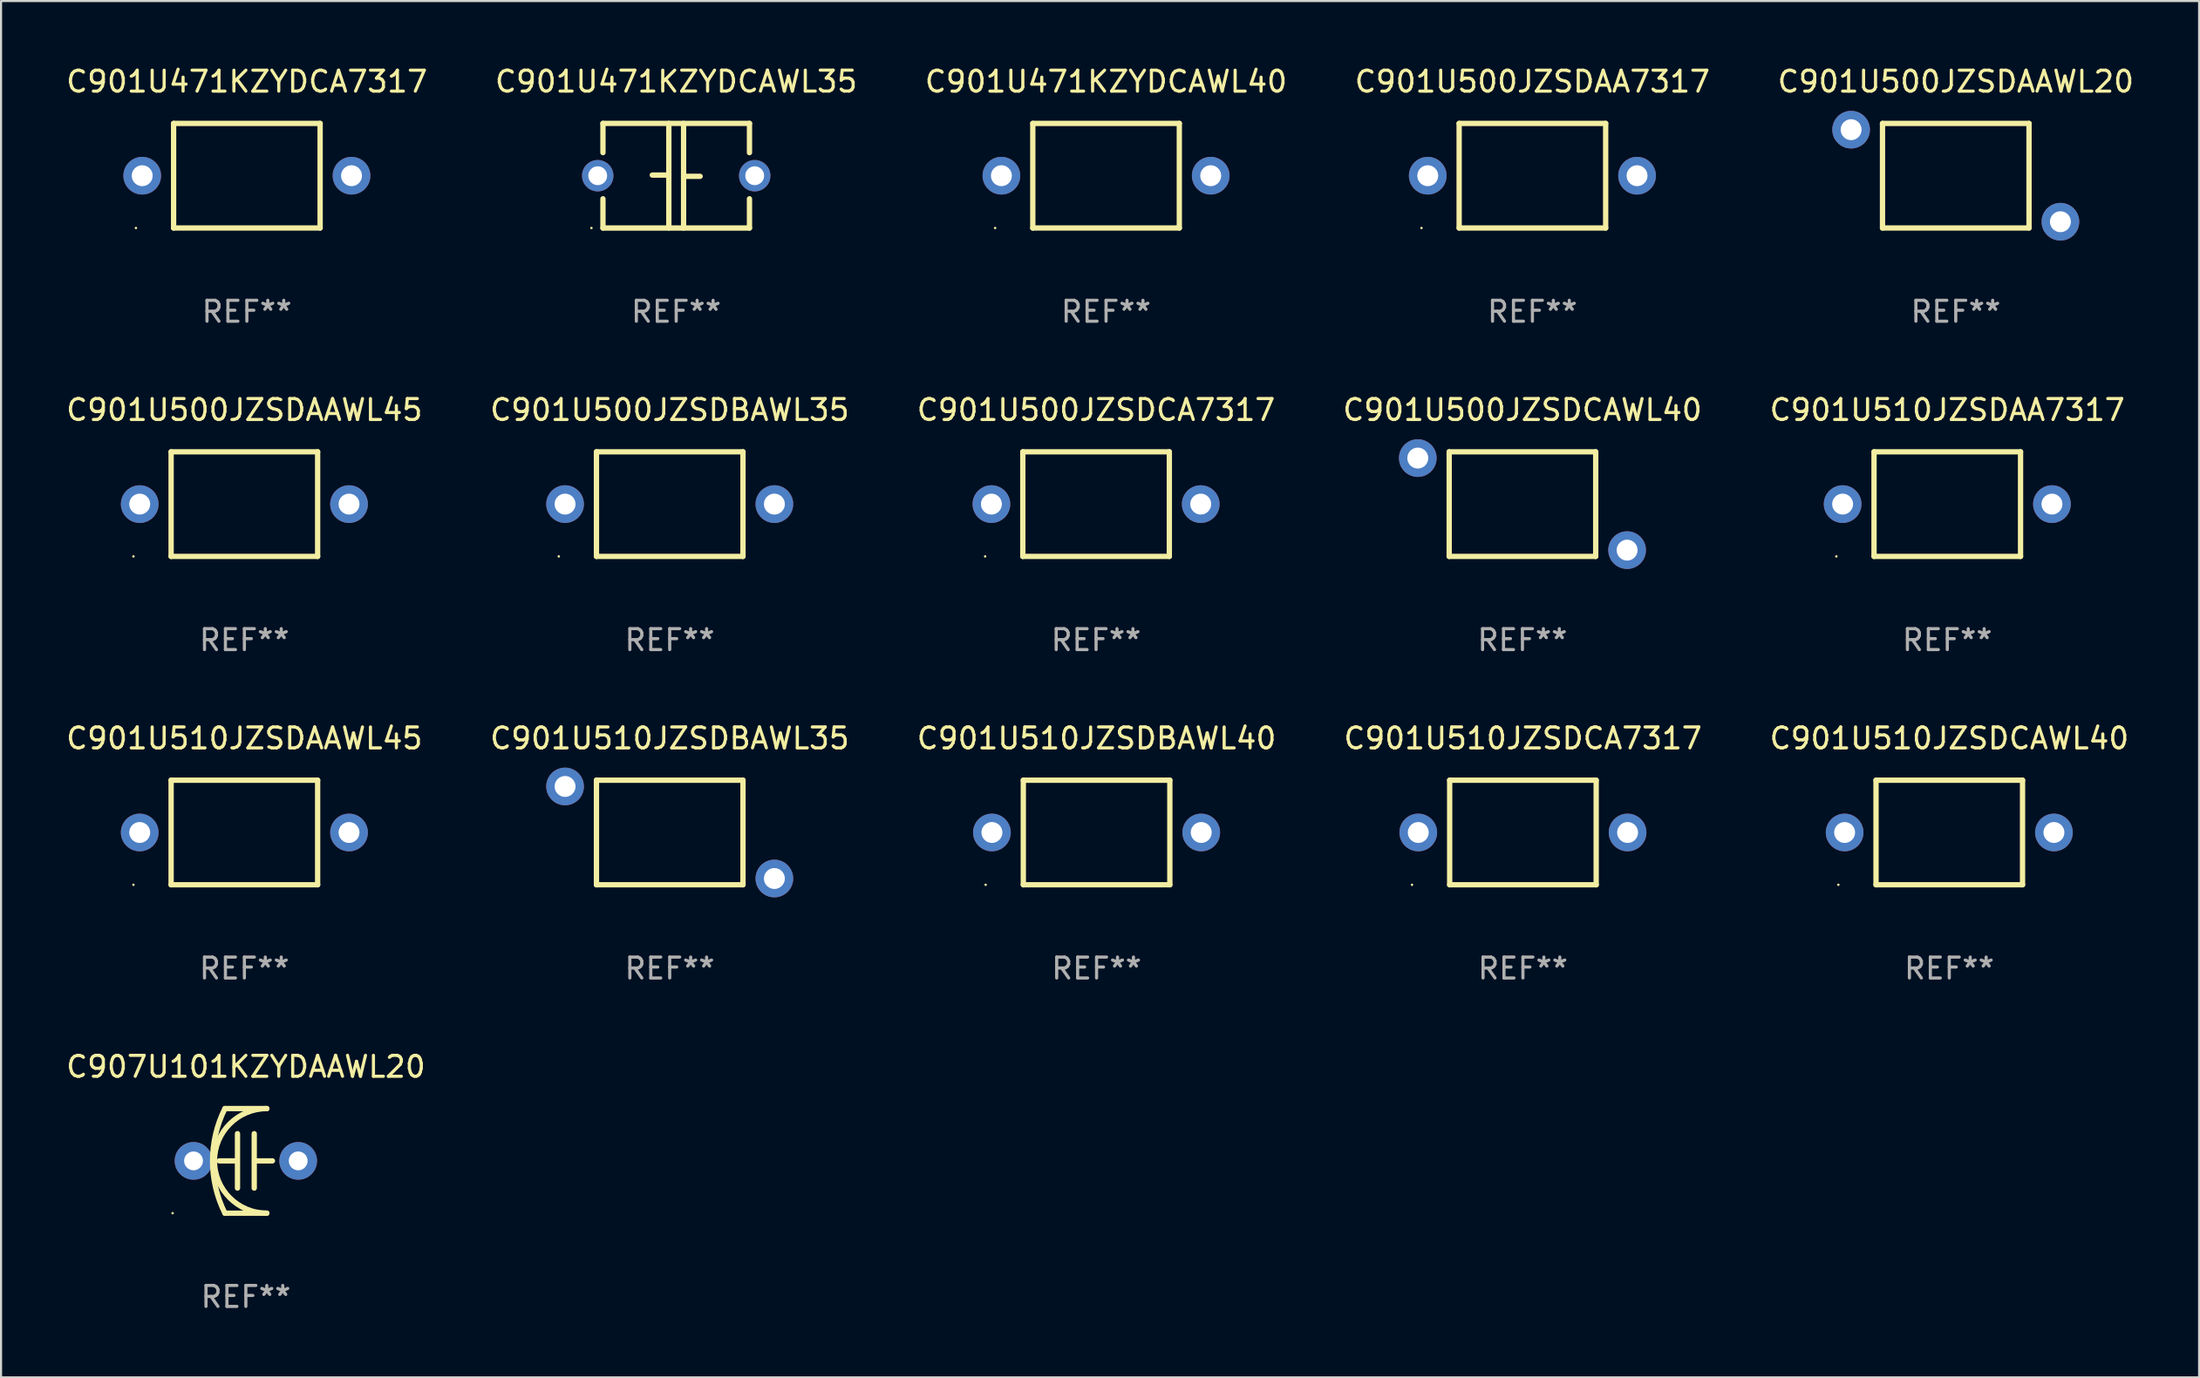
<source format=kicad_pcb>
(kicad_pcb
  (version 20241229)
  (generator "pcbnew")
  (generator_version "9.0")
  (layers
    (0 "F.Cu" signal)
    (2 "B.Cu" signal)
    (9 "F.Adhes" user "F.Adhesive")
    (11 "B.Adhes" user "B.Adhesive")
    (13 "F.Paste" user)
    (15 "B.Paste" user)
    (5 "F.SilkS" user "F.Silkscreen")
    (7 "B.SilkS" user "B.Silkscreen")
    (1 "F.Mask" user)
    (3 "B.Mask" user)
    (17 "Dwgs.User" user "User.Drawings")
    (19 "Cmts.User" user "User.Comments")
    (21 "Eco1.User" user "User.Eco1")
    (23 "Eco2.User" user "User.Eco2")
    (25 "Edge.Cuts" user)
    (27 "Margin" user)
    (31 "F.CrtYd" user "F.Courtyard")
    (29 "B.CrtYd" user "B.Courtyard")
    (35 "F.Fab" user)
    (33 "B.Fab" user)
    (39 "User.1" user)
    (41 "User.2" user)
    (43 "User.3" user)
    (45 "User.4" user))
  (footprint "C901U471KZYDCAWL35"
    (layer "F.Cu")
    (at 29.256 5.348)
    (property "Reference" "C901U471KZYDCAWL35" (at 0 -4.5 0) (layer "F.SilkS") (effects (font (size 1 1) (thickness 0.15))))
    (attr through_hole)
    (fp_line (start -3.5 -2.5) (end -3.5 -1.103) (stroke (width 0.254) (type solid)) (layer "F.SilkS"))
    (fp_line (start -3.5 -2.5) (end 3.5 -2.5) (stroke (width 0.254) (type solid)) (layer "F.SilkS"))
    (fp_line (start -3.5 1.103) (end -3.5 2.5) (stroke (width 0.254) (type solid)) (layer "F.SilkS"))
    (fp_line (start -0.352 -0.03) (end -1.143 -0.03) (stroke (width 0.254) (type solid)) (layer "F.SilkS"))
    (fp_line (start -0.352 2.5) (end -0.352 -2.5) (stroke (width 0.254) (type solid)) (layer "F.SilkS"))
    (fp_line (start 0.352 -2.5) (end 0.352 2.5) (stroke (width 0.254) (type solid)) (layer "F.SilkS"))
    (fp_line (start 0.352 0.03) (end 1.143 0.03) (stroke (width 0.254) (type solid)) (layer "F.SilkS"))
    (fp_line (start 3.5 -2.5) (end 3.5 -1.103) (stroke (width 0.254) (type solid)) (layer "F.SilkS"))
    (fp_line (start 3.5 1.103) (end 3.5 2.5) (stroke (width 0.254) (type solid)) (layer "F.SilkS"))
    (fp_line (start 3.5 2.5) (end -3.5 2.5) (stroke (width 0.254) (type solid)) (layer "F.SilkS"))
    (fp_circle (center -4.05 2.5) (end -4.02 2.5) (stroke (width 0.06) (type solid)) (fill no) (layer "F.SilkS"))
    (fp_text user "REF**" (at 0 6.5 0) (layer "F.Fab") (effects (font (size 1 1) (thickness 0.15))))
    (pad "1" thru_hole circle (at -3.75 0) (size 1.5 1.5) (drill 0.9) (layers "*.Cu" "*.Mask"))
    (pad "2" thru_hole circle (at 3.75 0) (size 1.5 1.5) (drill 0.9) (layers "*.Cu" "*.Mask")))
  (footprint "C901U510JZSDCAWL40"
    (layer "F.Cu")
    (at 90.077 36.739)
    (property "Reference" "C901U510JZSDCAWL40" (at 0 -4.499 0) (layer "F.SilkS") (effects (font (size 1 1) (thickness 0.15))))
    (attr through_hole)
    (fp_line (start -3.5 -2.499) (end 3.5 -2.499) (stroke (width 0.254) (type solid)) (layer "F.SilkS"))
    (fp_line (start -3.5 2.499) (end -3.5 -2.499) (stroke (width 0.254) (type solid)) (layer "F.SilkS"))
    (fp_line (start 3.5 -2.499) (end 3.5 2.499) (stroke (width 0.254) (type solid)) (layer "F.SilkS"))
    (fp_line (start 3.5 2.499) (end -3.5 2.499) (stroke (width 0.254) (type solid)) (layer "F.SilkS"))
    (fp_circle (center -5.3 2.5) (end -5.27 2.5) (stroke (width 0.06) (type solid)) (fill no) (layer "F.SilkS"))
    (fp_text user "REF**" (at 0 6.499 0) (layer "F.Fab") (effects (font (size 1 1) (thickness 0.15))))
    (pad "1" thru_hole circle (at -5 0) (size 1.8 1.8) (drill 1) (layers "*.Cu" "*.Mask"))
    (pad "2" thru_hole circle (at 5 0) (size 1.8 1.8) (drill 1) (layers "*.Cu" "*.Mask")))
  (footprint "C901U471KZYDCAWL40"
    (layer "F.Cu")
    (at 49.792 5.348)
    (property "Reference" "C901U471KZYDCAWL40" (at 0 -4.499 0) (layer "F.SilkS") (effects (font (size 1 1) (thickness 0.15))))
    (attr through_hole)
    (fp_line (start -3.5 -2.499) (end 3.5 -2.499) (stroke (width 0.254) (type solid)) (layer "F.SilkS"))
    (fp_line (start -3.5 2.499) (end -3.5 -2.499) (stroke (width 0.254) (type solid)) (layer "F.SilkS"))
    (fp_line (start 3.5 -2.499) (end 3.5 2.499) (stroke (width 0.254) (type solid)) (layer "F.SilkS"))
    (fp_line (start 3.5 2.499) (end -3.5 2.499) (stroke (width 0.254) (type solid)) (layer "F.SilkS"))
    (fp_circle (center -5.3 2.5) (end -5.27 2.5) (stroke (width 0.06) (type solid)) (fill no) (layer "F.SilkS"))
    (fp_text user "REF**" (at 0 6.499 0) (layer "F.Fab") (effects (font (size 1 1) (thickness 0.15))))
    (pad "1" thru_hole circle (at -5 0) (size 1.8 1.8) (drill 1) (layers "*.Cu" "*.Mask"))
    (pad "2" thru_hole circle (at 5 0) (size 1.8 1.8) (drill 1) (layers "*.Cu" "*.Mask")))
  (footprint "C901U500JZSDAAWL20"
    (layer "F.Cu")
    (at 90.387 5.348)
    (property "Reference" "C901U500JZSDAAWL20" (at 0 -4.499 0) (layer "F.SilkS") (effects (font (size 1 1) (thickness 0.15))))
    (attr through_hole)
    (fp_line (start -3.5 -2.499) (end -3.5 2.499) (stroke (width 0.254) (type solid)) (layer "F.SilkS"))
    (fp_line (start -3.5 2.499) (end 3.5 2.499) (stroke (width 0.254) (type solid)) (layer "F.SilkS"))
    (fp_line (start 3.5 -2.499) (end -3.5 -2.499) (stroke (width 0.254) (type solid)) (layer "F.SilkS"))
    (fp_line (start 3.5 2.499) (end 3.5 -2.499) (stroke (width 0.254) (type solid)) (layer "F.SilkS"))
    (fp_circle (center -5.3 -2.502) (end -5.27 -2.502) (stroke (width 0.06) (type solid)) (fill no) (layer "F.SilkS"))
    (fp_text user "REF**" (at 0 6.499 0) (layer "F.Fab") (effects (font (size 1 1) (thickness 0.15))))
    (pad "1" thru_hole circle (at -5 -2.2) (size 1.8 1.8) (drill 1) (layers "*.Cu" "*.Mask"))
    (pad "2" thru_hole circle (at 5 2.2) (size 1.8 1.8) (drill 1) (layers "*.Cu" "*.Mask")))
  (footprint "C901U500JZSDBAWL35"
    (layer "F.Cu")
    (at 28.946 21.044)
    (property "Reference" "C901U500JZSDBAWL35" (at 0 -4.499 0) (layer "F.SilkS") (effects (font (size 1 1) (thickness 0.15))))
    (attr through_hole)
    (fp_line (start -3.5 -2.499) (end 3.5 -2.499) (stroke (width 0.254) (type solid)) (layer "F.SilkS"))
    (fp_line (start -3.5 2.499) (end -3.5 -2.499) (stroke (width 0.254) (type solid)) (layer "F.SilkS"))
    (fp_line (start 3.5 -2.499) (end 3.5 2.499) (stroke (width 0.254) (type solid)) (layer "F.SilkS"))
    (fp_line (start 3.5 2.499) (end -3.5 2.499) (stroke (width 0.254) (type solid)) (layer "F.SilkS"))
    (fp_circle (center -5.3 2.5) (end -5.27 2.5) (stroke (width 0.06) (type solid)) (fill no) (layer "F.SilkS"))
    (fp_text user "REF**" (at 0 6.499 0) (layer "F.Fab") (effects (font (size 1 1) (thickness 0.15))))
    (pad "1" thru_hole circle (at -5 0) (size 1.8 1.8) (drill 1) (layers "*.Cu" "*.Mask"))
    (pad "2" thru_hole circle (at 5 0) (size 1.8 1.8) (drill 1) (layers "*.Cu" "*.Mask")))
  (footprint "C901U500JZSDCAWL40"
    (layer "F.Cu")
    (at 69.685 21.044)
    (property "Reference" "C901U500JZSDCAWL40" (at 0 -4.499 0) (layer "F.SilkS") (effects (font (size 1 1) (thickness 0.15))))
    (attr through_hole)
    (fp_line (start -3.5 -2.499) (end -3.5 2.499) (stroke (width 0.254) (type solid)) (layer "F.SilkS"))
    (fp_line (start -3.5 2.499) (end 3.5 2.499) (stroke (width 0.254) (type solid)) (layer "F.SilkS"))
    (fp_line (start 3.5 -2.499) (end -3.5 -2.499) (stroke (width 0.254) (type solid)) (layer "F.SilkS"))
    (fp_line (start 3.5 2.499) (end 3.5 -2.499) (stroke (width 0.254) (type solid)) (layer "F.SilkS"))
    (fp_circle (center -5.3 -2.502) (end -5.27 -2.502) (stroke (width 0.06) (type solid)) (fill no) (layer "F.SilkS"))
    (fp_text user "REF**" (at 0 6.499 0) (layer "F.Fab") (effects (font (size 1 1) (thickness 0.15))))
    (pad "1" thru_hole circle (at -5 -2.2) (size 1.8 1.8) (drill 1) (layers "*.Cu" "*.Mask"))
    (pad "2" thru_hole circle (at 5 2.2) (size 1.8 1.8) (drill 1) (layers "*.Cu" "*.Mask")))
  (footprint "C901U500JZSDAAWL45"
    (layer "F.Cu")
    (at 8.625 21.044)
    (property "Reference" "C901U500JZSDAAWL45" (at 0 -4.499 0) (layer "F.SilkS") (effects (font (size 1 1) (thickness 0.15))))
    (attr through_hole)
    (fp_line (start -3.5 -2.499) (end 3.5 -2.499) (stroke (width 0.254) (type solid)) (layer "F.SilkS"))
    (fp_line (start -3.5 2.499) (end -3.5 -2.499) (stroke (width 0.254) (type solid)) (layer "F.SilkS"))
    (fp_line (start 3.5 -2.499) (end 3.5 2.499) (stroke (width 0.254) (type solid)) (layer "F.SilkS"))
    (fp_line (start 3.5 2.499) (end -3.5 2.499) (stroke (width 0.254) (type solid)) (layer "F.SilkS"))
    (fp_circle (center -5.3 2.5) (end -5.27 2.5) (stroke (width 0.06) (type solid)) (fill no) (layer "F.SilkS"))
    (fp_text user "REF**" (at 0 6.499 0) (layer "F.Fab") (effects (font (size 1 1) (thickness 0.15))))
    (pad "1" thru_hole circle (at -5 0) (size 1.8 1.8) (drill 1) (layers "*.Cu" "*.Mask"))
    (pad "2" thru_hole circle (at 5 0) (size 1.8 1.8) (drill 1) (layers "*.Cu" "*.Mask")))
  (footprint "C901U510JZSDAA7317"
    (layer "F.Cu")
    (at 89.982 21.044)
    (property "Reference" "C901U510JZSDAA7317" (at 0 -4.499 0) (layer "F.SilkS") (effects (font (size 1 1) (thickness 0.15))))
    (attr through_hole)
    (fp_line (start -3.5 -2.499) (end 3.5 -2.499) (stroke (width 0.254) (type solid)) (layer "F.SilkS"))
    (fp_line (start -3.5 2.499) (end -3.5 -2.499) (stroke (width 0.254) (type solid)) (layer "F.SilkS"))
    (fp_line (start 3.5 -2.499) (end 3.5 2.499) (stroke (width 0.254) (type solid)) (layer "F.SilkS"))
    (fp_line (start 3.5 2.499) (end -3.5 2.499) (stroke (width 0.254) (type solid)) (layer "F.SilkS"))
    (fp_circle (center -5.3 2.5) (end -5.27 2.5) (stroke (width 0.06) (type solid)) (fill no) (layer "F.SilkS"))
    (fp_text user "REF**" (at 0 6.499 0) (layer "F.Fab") (effects (font (size 1 1) (thickness 0.15))))
    (pad "1" thru_hole circle (at -5 0) (size 1.8 1.8) (drill 1) (layers "*.Cu" "*.Mask"))
    (pad "2" thru_hole circle (at 5 0) (size 1.8 1.8) (drill 1) (layers "*.Cu" "*.Mask")))
  (footprint "C901U471KZYDCA7317"
    (layer "F.Cu")
    (at 8.744 5.348)
    (property "Reference" "C901U471KZYDCA7317" (at 0 -4.499 0) (layer "F.SilkS") (effects (font (size 1 1) (thickness 0.15))))
    (attr through_hole)
    (fp_line (start -3.5 -2.499) (end 3.5 -2.499) (stroke (width 0.254) (type solid)) (layer "F.SilkS"))
    (fp_line (start -3.5 2.499) (end -3.5 -2.499) (stroke (width 0.254) (type solid)) (layer "F.SilkS"))
    (fp_line (start 3.5 -2.499) (end 3.5 2.499) (stroke (width 0.254) (type solid)) (layer "F.SilkS"))
    (fp_line (start 3.5 2.499) (end -3.5 2.499) (stroke (width 0.254) (type solid)) (layer "F.SilkS"))
    (fp_circle (center -5.3 2.5) (end -5.27 2.5) (stroke (width 0.06) (type solid)) (fill no) (layer "F.SilkS"))
    (fp_text user "REF**" (at 0 6.499 0) (layer "F.Fab") (effects (font (size 1 1) (thickness 0.15))))
    (pad "1" thru_hole circle (at -5 0) (size 1.8 1.8) (drill 1) (layers "*.Cu" "*.Mask"))
    (pad "2" thru_hole circle (at 5 0) (size 1.8 1.8) (drill 1) (layers "*.Cu" "*.Mask")))
  (footprint "C901U510JZSDAAWL45"
    (layer "F.Cu")
    (at 8.625 36.739)
    (property "Reference" "C901U510JZSDAAWL45" (at 0 -4.499 0) (layer "F.SilkS") (effects (font (size 1 1) (thickness 0.15))))
    (attr through_hole)
    (fp_line (start -3.5 -2.499) (end 3.5 -2.499) (stroke (width 0.254) (type solid)) (layer "F.SilkS"))
    (fp_line (start -3.5 2.499) (end -3.5 -2.499) (stroke (width 0.254) (type solid)) (layer "F.SilkS"))
    (fp_line (start 3.5 -2.499) (end 3.5 2.499) (stroke (width 0.254) (type solid)) (layer "F.SilkS"))
    (fp_line (start 3.5 2.499) (end -3.5 2.499) (stroke (width 0.254) (type solid)) (layer "F.SilkS"))
    (fp_circle (center -5.3 2.5) (end -5.27 2.5) (stroke (width 0.06) (type solid)) (fill no) (layer "F.SilkS"))
    (fp_text user "REF**" (at 0 6.499 0) (layer "F.Fab") (effects (font (size 1 1) (thickness 0.15))))
    (pad "1" thru_hole circle (at -5 0) (size 1.8 1.8) (drill 1) (layers "*.Cu" "*.Mask"))
    (pad "2" thru_hole circle (at 5 0) (size 1.8 1.8) (drill 1) (layers "*.Cu" "*.Mask")))
  (footprint "C901U500JZSDCA7317"
    (layer "F.Cu")
    (at 49.315 21.044)
    (property "Reference" "C901U500JZSDCA7317" (at 0 -4.499 0) (layer "F.SilkS") (effects (font (size 1 1) (thickness 0.15))))
    (attr through_hole)
    (fp_line (start -3.5 -2.499) (end 3.5 -2.499) (stroke (width 0.254) (type solid)) (layer "F.SilkS"))
    (fp_line (start -3.5 2.499) (end -3.5 -2.499) (stroke (width 0.254) (type solid)) (layer "F.SilkS"))
    (fp_line (start 3.5 -2.499) (end 3.5 2.499) (stroke (width 0.254) (type solid)) (layer "F.SilkS"))
    (fp_line (start 3.5 2.499) (end -3.5 2.499) (stroke (width 0.254) (type solid)) (layer "F.SilkS"))
    (fp_circle (center -5.3 2.5) (end -5.27 2.5) (stroke (width 0.06) (type solid)) (fill no) (layer "F.SilkS"))
    (fp_text user "REF**" (at 0 6.499 0) (layer "F.Fab") (effects (font (size 1 1) (thickness 0.15))))
    (pad "1" thru_hole circle (at -5 0) (size 1.8 1.8) (drill 1) (layers "*.Cu" "*.Mask"))
    (pad "2" thru_hole circle (at 5 0) (size 1.8 1.8) (drill 1) (layers "*.Cu" "*.Mask")))
  (footprint "C901U510JZSDCA7317"
    (layer "F.Cu")
    (at 69.708 36.739)
    (property "Reference" "C901U510JZSDCA7317" (at 0 -4.499 0) (layer "F.SilkS") (effects (font (size 1 1) (thickness 0.15))))
    (attr through_hole)
    (fp_line (start -3.5 -2.499) (end 3.5 -2.499) (stroke (width 0.254) (type solid)) (layer "F.SilkS"))
    (fp_line (start -3.5 2.499) (end -3.5 -2.499) (stroke (width 0.254) (type solid)) (layer "F.SilkS"))
    (fp_line (start 3.5 -2.499) (end 3.5 2.499) (stroke (width 0.254) (type solid)) (layer "F.SilkS"))
    (fp_line (start 3.5 2.499) (end -3.5 2.499) (stroke (width 0.254) (type solid)) (layer "F.SilkS"))
    (fp_circle (center -5.3 2.5) (end -5.27 2.5) (stroke (width 0.06) (type solid)) (fill no) (layer "F.SilkS"))
    (fp_text user "REF**" (at 0 6.499 0) (layer "F.Fab") (effects (font (size 1 1) (thickness 0.15))))
    (pad "1" thru_hole circle (at -5 0) (size 1.8 1.8) (drill 1) (layers "*.Cu" "*.Mask"))
    (pad "2" thru_hole circle (at 5 0) (size 1.8 1.8) (drill 1) (layers "*.Cu" "*.Mask")))
  (footprint "C901U510JZSDBAWL35"
    (layer "F.Cu")
    (at 28.946 36.739)
    (property "Reference" "C901U510JZSDBAWL35" (at 0 -4.499 0) (layer "F.SilkS") (effects (font (size 1 1) (thickness 0.15))))
    (attr through_hole)
    (fp_line (start -3.5 -2.499) (end -3.5 2.499) (stroke (width 0.254) (type solid)) (layer "F.SilkS"))
    (fp_line (start -3.5 2.499) (end 3.5 2.499) (stroke (width 0.254) (type solid)) (layer "F.SilkS"))
    (fp_line (start 3.5 -2.499) (end -3.5 -2.499) (stroke (width 0.254) (type solid)) (layer "F.SilkS"))
    (fp_line (start 3.5 2.499) (end 3.5 -2.499) (stroke (width 0.254) (type solid)) (layer "F.SilkS"))
    (fp_circle (center -5.3 -2.502) (end -5.27 -2.502) (stroke (width 0.06) (type solid)) (fill no) (layer "F.SilkS"))
    (fp_text user "REF**" (at 0 6.499 0) (layer "F.Fab") (effects (font (size 1 1) (thickness 0.15))))
    (pad "1" thru_hole circle (at -5 -2.2) (size 1.8 1.8) (drill 1) (layers "*.Cu" "*.Mask"))
    (pad "2" thru_hole circle (at 5 2.2) (size 1.8 1.8) (drill 1) (layers "*.Cu" "*.Mask")))
  (footprint "C901U500JZSDAA7317"
    (layer "F.Cu")
    (at 70.161 5.348)
    (property "Reference" "C901U500JZSDAA7317" (at 0 -4.499 0) (layer "F.SilkS") (effects (font (size 1 1) (thickness 0.15))))
    (attr through_hole)
    (fp_line (start -3.5 -2.499) (end 3.5 -2.499) (stroke (width 0.254) (type solid)) (layer "F.SilkS"))
    (fp_line (start -3.5 2.499) (end -3.5 -2.499) (stroke (width 0.254) (type solid)) (layer "F.SilkS"))
    (fp_line (start 3.5 -2.499) (end 3.5 2.499) (stroke (width 0.254) (type solid)) (layer "F.SilkS"))
    (fp_line (start 3.5 2.499) (end -3.5 2.499) (stroke (width 0.254) (type solid)) (layer "F.SilkS"))
    (fp_circle (center -5.3 2.5) (end -5.27 2.5) (stroke (width 0.06) (type solid)) (fill no) (layer "F.SilkS"))
    (fp_text user "REF**" (at 0 6.499 0) (layer "F.Fab") (effects (font (size 1 1) (thickness 0.15))))
    (pad "1" thru_hole circle (at -5 0) (size 1.8 1.8) (drill 1) (layers "*.Cu" "*.Mask"))
    (pad "2" thru_hole circle (at 5 0) (size 1.8 1.8) (drill 1) (layers "*.Cu" "*.Mask")))
  (footprint "C907U101KZYDAAWL20"
    (layer "F.Cu")
    (at 8.696 52.435)
    (property "Reference" "C907U101KZYDAAWL20" (at 0 -4.5 0) (layer "F.SilkS") (effects (font (size 1 1) (thickness 0.15))))
    (attr through_hole)
    (fp_line (start -1 -2.5) (end 1 -2.5) (stroke (width 0.254) (type solid)) (layer "F.SilkS"))
    (fp_line (start -1 2.5) (end 1 2.5) (stroke (width 0.254) (type solid)) (layer "F.SilkS"))
    (fp_line (start -0.416 0) (end -1.27 0) (stroke (width 0.254) (type solid)) (layer "F.SilkS"))
    (fp_line (start -0.4 -1.3) (end -0.4 1.3) (stroke (width 0.254) (type solid)) (layer "F.SilkS"))
    (fp_line (start 0.4 1.3) (end 0.4 -1.3) (stroke (width 0.254) (type solid)) (layer "F.SilkS"))
    (fp_line (start 0.416 0) (end 1.27 0) (stroke (width 0.254) (type solid)) (layer "F.SilkS"))
    (fp_arc (start -1.000762 2.499365) (mid -1.590595 -0.000407) (end -1 -2.5) (stroke (width 0.254001) (type solid)) (layer "F.SilkS"))
    (fp_arc (start 1 2.5) (mid -1.498907 -0.000064) (end 1.000763 -2.499364) (stroke (width 0.254001) (type solid)) (layer "F.SilkS"))
    (fp_circle (center -3.5 2.5) (end -3.47 2.5) (stroke (width 0.06) (type solid)) (fill no) (layer "F.SilkS"))
    (fp_text user "REF**" (at 0 6.5 0) (layer "F.Fab") (effects (font (size 1 1) (thickness 0.15))))
    (pad "1" thru_hole circle (at -2.5 0) (size 1.8 1.8) (drill 0.9) (layers "*.Cu" "*.Mask"))
    (pad "2" thru_hole circle (at 2.5 0) (size 1.8 1.8) (drill 0.9) (layers "*.Cu" "*.Mask")))
  (footprint "C901U510JZSDBAWL40"
    (layer "F.Cu")
    (at 49.339 36.739)
    (property "Reference" "C901U510JZSDBAWL40" (at 0 -4.499 0) (layer "F.SilkS") (effects (font (size 1 1) (thickness 0.15))))
    (attr through_hole)
    (fp_line (start -3.5 -2.499) (end 3.5 -2.499) (stroke (width 0.254) (type solid)) (layer "F.SilkS"))
    (fp_line (start -3.5 2.499) (end -3.5 -2.499) (stroke (width 0.254) (type solid)) (layer "F.SilkS"))
    (fp_line (start 3.5 -2.499) (end 3.5 2.499) (stroke (width 0.254) (type solid)) (layer "F.SilkS"))
    (fp_line (start 3.5 2.499) (end -3.5 2.499) (stroke (width 0.254) (type solid)) (layer "F.SilkS"))
    (fp_circle (center -5.3 2.5) (end -5.27 2.5) (stroke (width 0.06) (type solid)) (fill no) (layer "F.SilkS"))
    (fp_text user "REF**" (at 0 6.499 0) (layer "F.Fab") (effects (font (size 1 1) (thickness 0.15))))
    (pad "1" thru_hole circle (at -5 0) (size 1.8 1.8) (drill 1) (layers "*.Cu" "*.Mask"))
    (pad "2" thru_hole circle (at 5 0) (size 1.8 1.8) (drill 1) (layers "*.Cu" "*.Mask")))
  (gr_rect
    (start -3 -3)
    (end 102.012 62.783)
    (stroke (width 0.1) (type default))
    (fill no)
    (layer "Edge.Cuts")))
</source>
